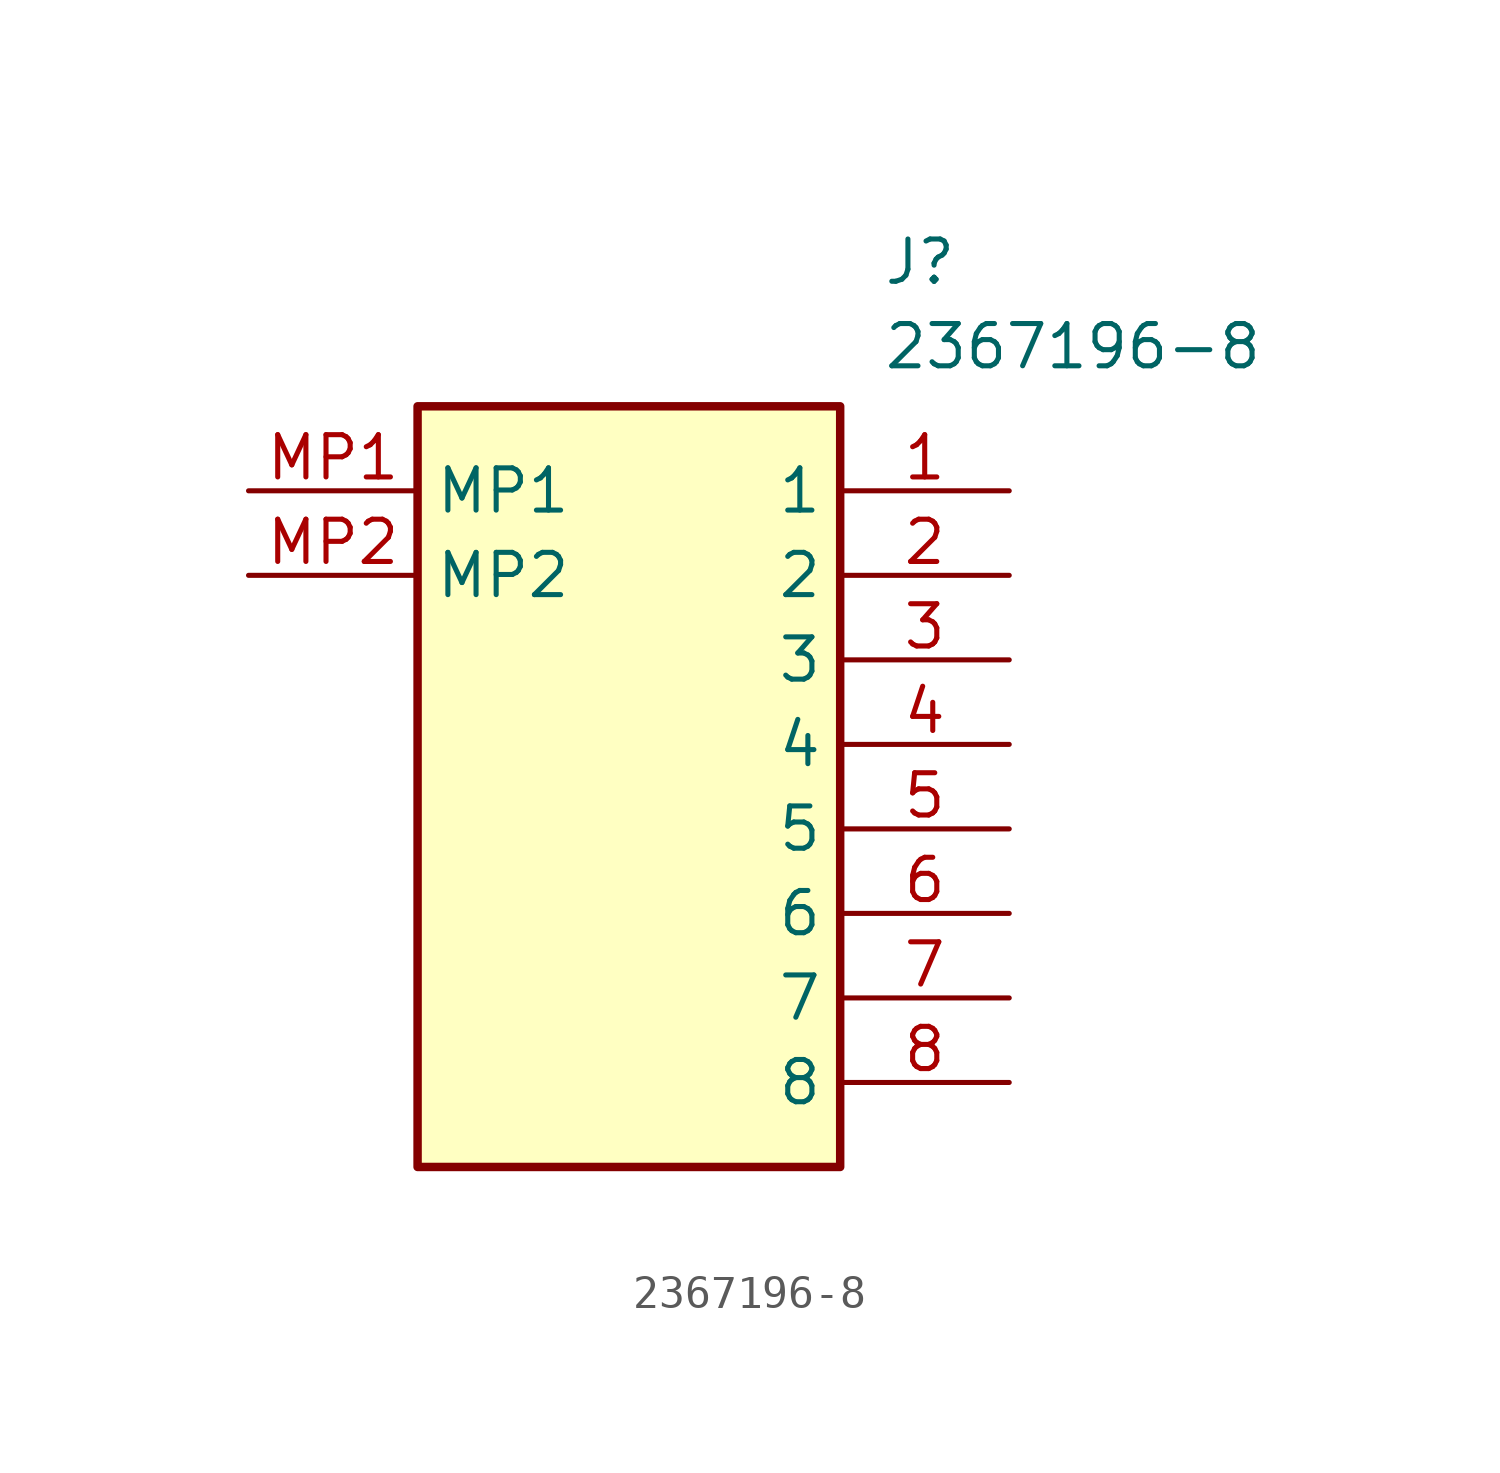
<source format=kicad_sym>
(kicad_symbol_lib
  (version 20211014)
  (generator SamacSys_ECAD_Model)
  (symbol "2367196-8"
    (property "Reference" "J"
      (at 19.05 7.62 0)
      (effects (font (size 1.27 1.27)) (justify left top)))
    (property "Value" "2367196-8"
      (at 19.05 5.08 0)
      (effects (font (size 1.27 1.27)) (justify left top)))
    (rectangle
      (start 5.08 2.54)
      (end 17.78 -20.32)
      (stroke (width 0.254) (type default))
      (fill (type background)))
    (pin passive line
      (at 22.86 0 180)
      (length 5.08)
      (name "1" (effects (font (size 1.27 1.27))))
      (number "1" (effects (font (size 1.27 1.27)))))
    (pin passive line
      (at 22.86 -2.54 180)
      (length 5.08)
      (name "2" (effects (font (size 1.27 1.27))))
      (number "2" (effects (font (size 1.27 1.27)))))
    (pin passive line
      (at 22.86 -5.08 180)
      (length 5.08)
      (name "3" (effects (font (size 1.27 1.27))))
      (number "3" (effects (font (size 1.27 1.27)))))
    (pin passive line
      (at 22.86 -7.62 180)
      (length 5.08)
      (name "4" (effects (font (size 1.27 1.27))))
      (number "4" (effects (font (size 1.27 1.27)))))
    (pin passive line
      (at 22.86 -10.16 180)
      (length 5.08)
      (name "5" (effects (font (size 1.27 1.27))))
      (number "5" (effects (font (size 1.27 1.27)))))
    (pin passive line
      (at 22.86 -12.7 180)
      (length 5.08)
      (name "6" (effects (font (size 1.27 1.27))))
      (number "6" (effects (font (size 1.27 1.27)))))
    (pin passive line
      (at 22.86 -15.24 180)
      (length 5.08)
      (name "7" (effects (font (size 1.27 1.27))))
      (number "7" (effects (font (size 1.27 1.27)))))
    (pin passive line
      (at 22.86 -17.78 180)
      (length 5.08)
      (name "8" (effects (font (size 1.27 1.27))))
      (number "8" (effects (font (size 1.27 1.27)))))
    (pin passive line
      (at 0 0 0)
      (length 5.08)
      (name "MP1" (effects (font (size 1.27 1.27))))
      (number "MP1" (effects (font (size 1.27 1.27)))))
    (pin passive line
      (at 0 -2.54 0)
      (length 5.08)
      (name "MP2" (effects (font (size 1.27 1.27))))
      (number "MP2" (effects (font (size 1.27 1.27)))))))
</source>
